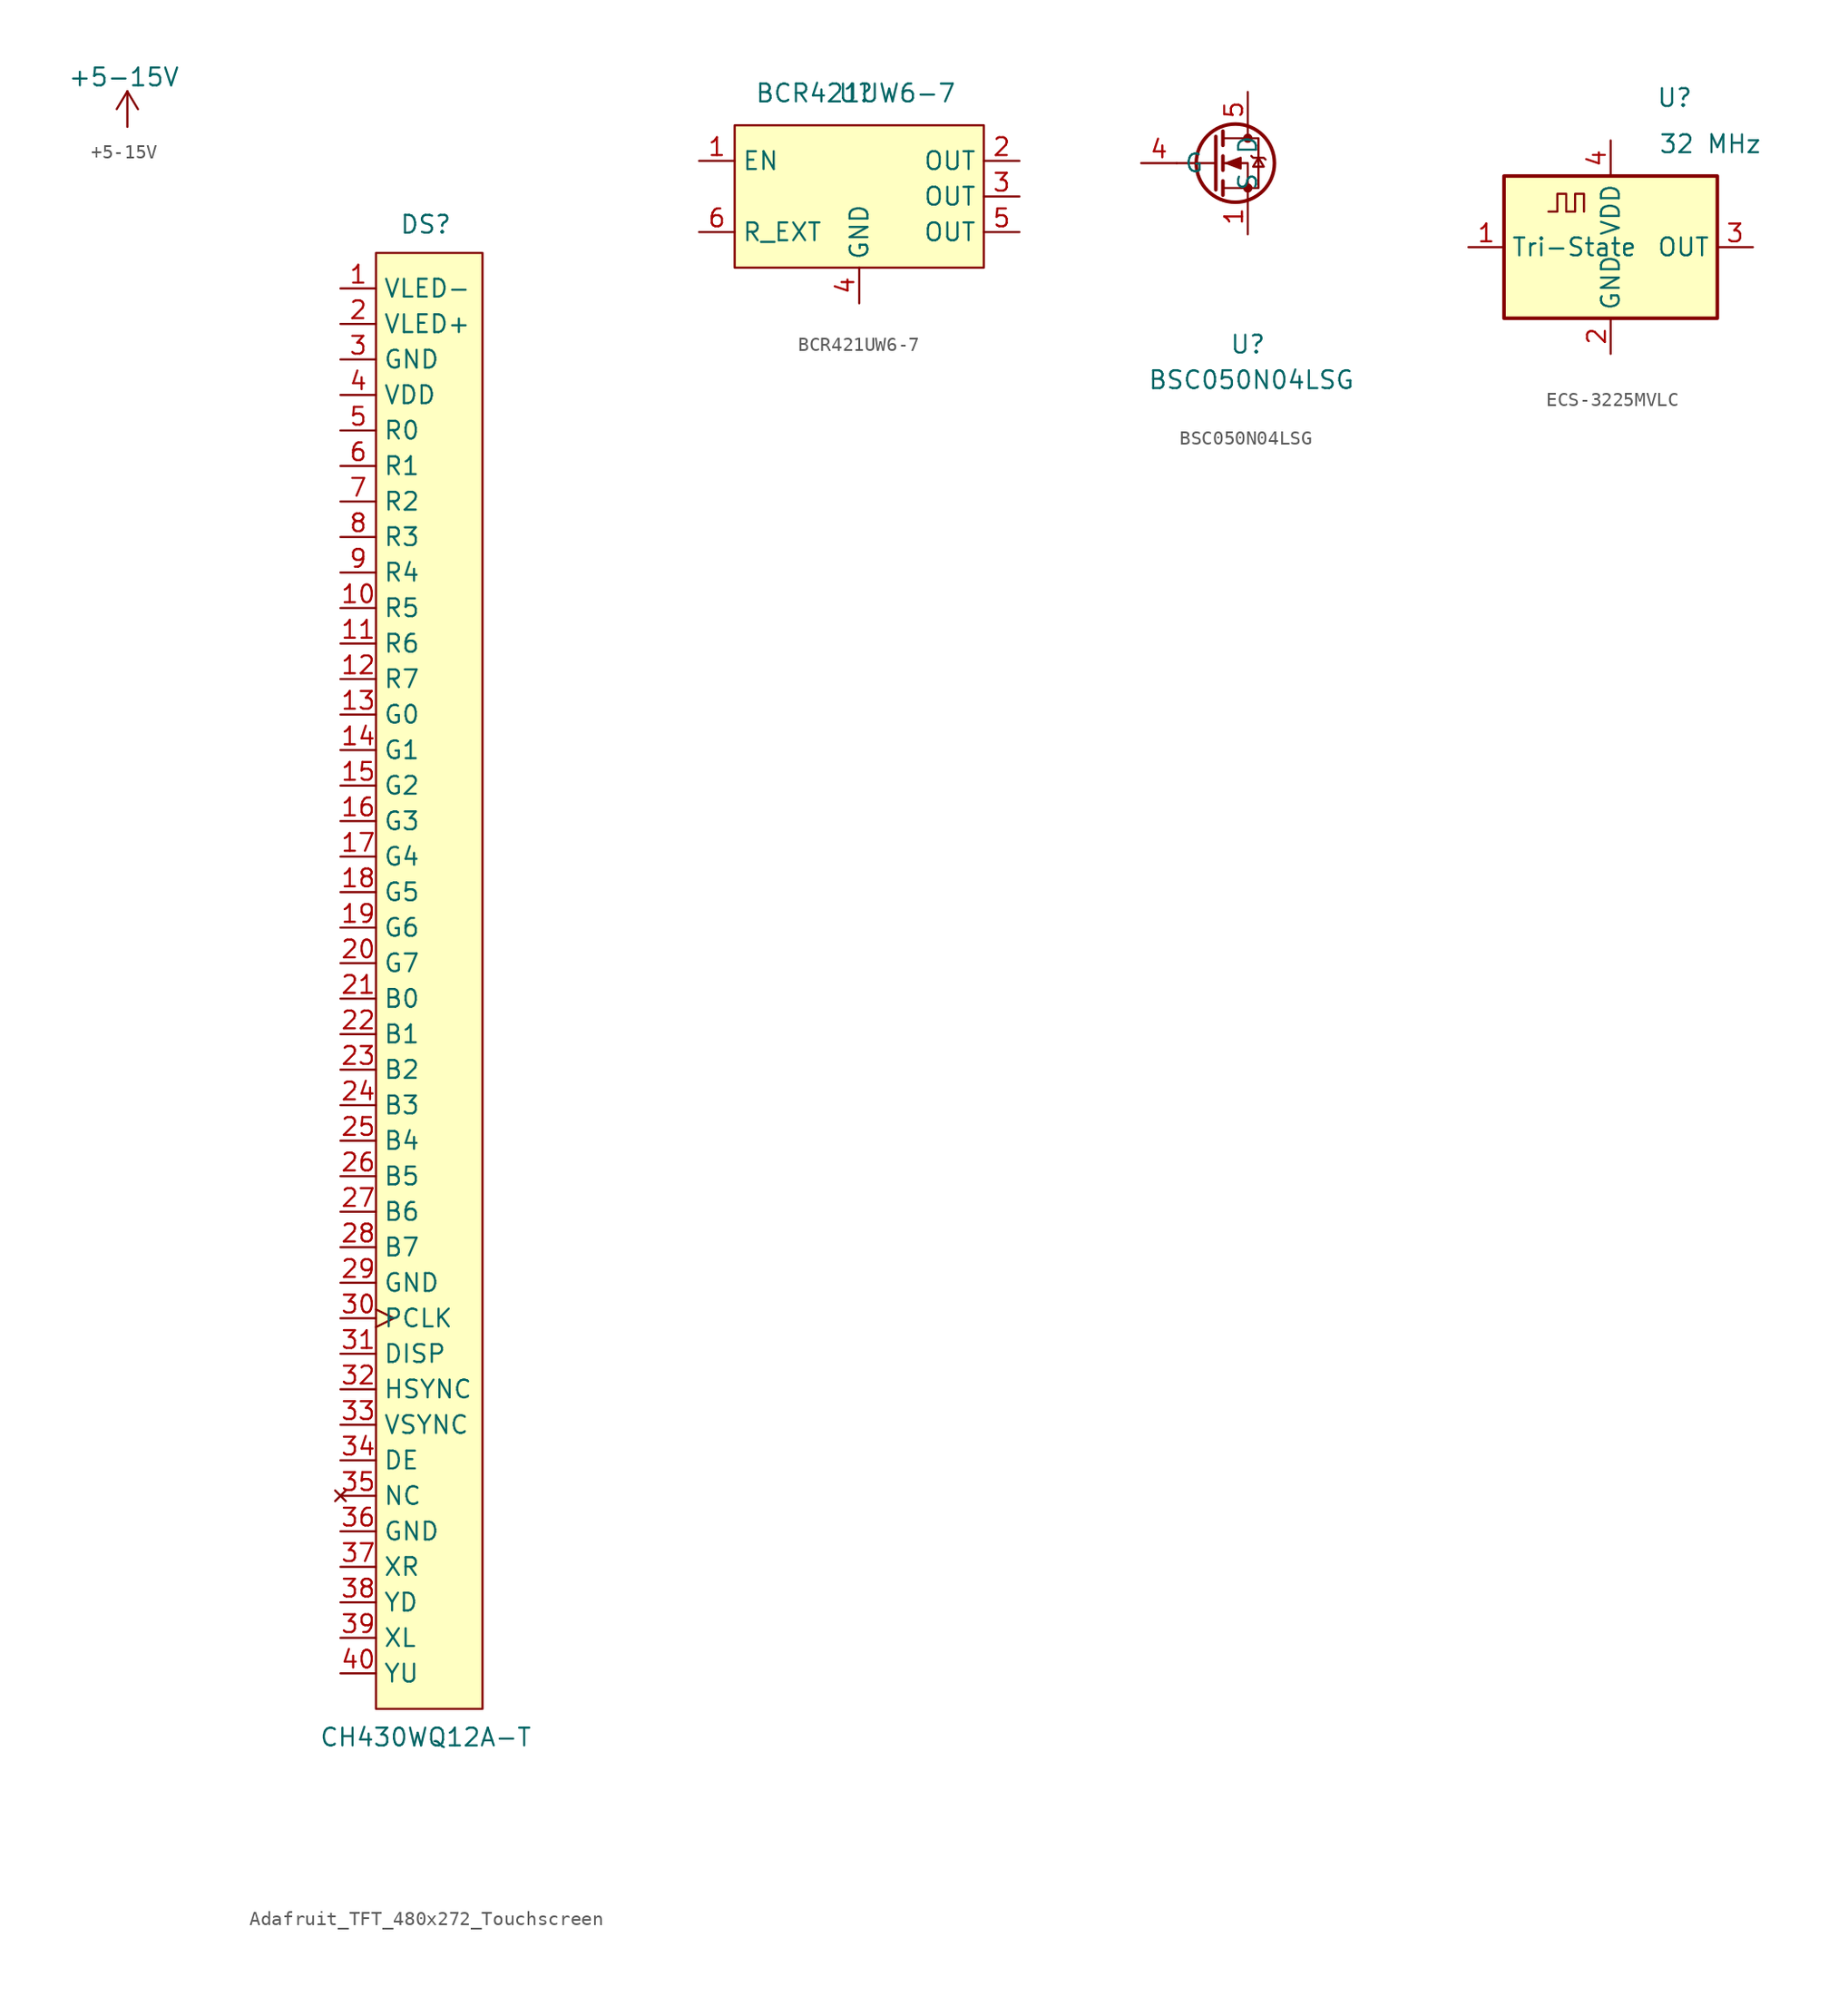
<source format=kicad_sym>
(kicad_symbol_lib
  (version 20241209)
  (generator "kicad_symbol_editor")
  (generator_version "9.0")
  (symbol "+5-15V"
    (power)
    (property "Reference" "#PWR"
      (at -4.064 1.016 0)
      (effects (font (size 1.27 1.27)) (hide yes)))
    (property "Value" "+5-15V"
      (at -0.254 3.556 0)
      (effects (font (size 1.27 1.27))))
    (symbol "+5-15V_0_1"
      (polyline (pts (xy -0.76 1.273) (xy 0.002 2.543)) (stroke (width 0) (type default)) (fill (type none)))
      (polyline (pts (xy -0.003 2.537) (xy 0.759 1.267)) (stroke (width 0) (type default)) (fill (type none))))
    (symbol "+5-15V_1_1"
      (pin power_in line (at 0 0 90) (length 2.54) (name "~" (effects (font (size 1.27 1.27)))) (number "" (effects (font (size 1.27 1.27)))))))
  (symbol "Adafruit_TFT_480x272_Touchscreen"
    (property "Reference" "DS"
      (at 3.556 55.372 0)
      (effects (font (size 1.27 1.27))))
    (property "Value" "CH430WQ12A-T"
      (at 3.556 -52.832 0)
      (effects (font (size 1.27 1.27))))
    (symbol "Adafruit_TFT_480x272_Touchscreen_1_1"
      (rectangle (start 0 53.34) (end 7.62 -50.8) (stroke (width 0) (type solid)) (fill (type background)))
      (pin passive line (at -2.54 50.8 0) (length 2.54) (name "VLED-" (effects (font (size 1.27 1.27)))) (number "1" (effects (font (size 1.27 1.27)))))
      (pin passive line (at -2.54 48.26 0) (length 2.54) (name "VLED+" (effects (font (size 1.27 1.27)))) (number "2" (effects (font (size 1.27 1.27)))))
      (pin power_in line (at -2.54 45.72 0) (length 2.54) (name "GND" (effects (font (size 1.27 1.27)))) (number "3" (effects (font (size 1.27 1.27)))))
      (pin power_in line (at -2.54 43.18 0) (length 2.54) (name "VDD" (effects (font (size 1.27 1.27)))) (number "4" (effects (font (size 1.27 1.27)))))
      (pin input line (at -2.54 40.64 0) (length 2.54) (name "R0" (effects (font (size 1.27 1.27)))) (number "5" (effects (font (size 1.27 1.27)))))
      (pin input line (at -2.54 38.1 0) (length 2.54) (name "R1" (effects (font (size 1.27 1.27)))) (number "6" (effects (font (size 1.27 1.27)))))
      (pin input line (at -2.54 35.56 0) (length 2.54) (name "R2" (effects (font (size 1.27 1.27)))) (number "7" (effects (font (size 1.27 1.27)))))
      (pin input line (at -2.54 33.02 0) (length 2.54) (name "R3" (effects (font (size 1.27 1.27)))) (number "8" (effects (font (size 1.27 1.27)))))
      (pin input line (at -2.54 30.48 0) (length 2.54) (name "R4" (effects (font (size 1.27 1.27)))) (number "9" (effects (font (size 1.27 1.27)))))
      (pin input line (at -2.54 27.94 0) (length 2.54) (name "R5" (effects (font (size 1.27 1.27)))) (number "10" (effects (font (size 1.27 1.27)))))
      (pin input line (at -2.54 25.4 0) (length 2.54) (name "R6" (effects (font (size 1.27 1.27)))) (number "11" (effects (font (size 1.27 1.27)))))
      (pin input line (at -2.54 22.86 0) (length 2.54) (name "R7" (effects (font (size 1.27 1.27)))) (number "12" (effects (font (size 1.27 1.27)))))
      (pin input line (at -2.54 20.32 0) (length 2.54) (name "G0" (effects (font (size 1.27 1.27)))) (number "13" (effects (font (size 1.27 1.27)))))
      (pin input line (at -2.54 17.78 0) (length 2.54) (name "G1" (effects (font (size 1.27 1.27)))) (number "14" (effects (font (size 1.27 1.27)))))
      (pin input line (at -2.54 15.24 0) (length 2.54) (name "G2" (effects (font (size 1.27 1.27)))) (number "15" (effects (font (size 1.27 1.27)))))
      (pin input line (at -2.54 12.7 0) (length 2.54) (name "G3" (effects (font (size 1.27 1.27)))) (number "16" (effects (font (size 1.27 1.27)))))
      (pin input line (at -2.54 10.16 0) (length 2.54) (name "G4" (effects (font (size 1.27 1.27)))) (number "17" (effects (font (size 1.27 1.27)))))
      (pin input line (at -2.54 7.62 0) (length 2.54) (name "G5" (effects (font (size 1.27 1.27)))) (number "18" (effects (font (size 1.27 1.27)))))
      (pin input line (at -2.54 5.08 0) (length 2.54) (name "G6" (effects (font (size 1.27 1.27)))) (number "19" (effects (font (size 1.27 1.27)))))
      (pin input line (at -2.54 2.54 0) (length 2.54) (name "G7" (effects (font (size 1.27 1.27)))) (number "20" (effects (font (size 1.27 1.27)))))
      (pin input line (at -2.54 0 0) (length 2.54) (name "B0" (effects (font (size 1.27 1.27)))) (number "21" (effects (font (size 1.27 1.27)))))
      (pin input line (at -2.54 -2.54 0) (length 2.54) (name "B1" (effects (font (size 1.27 1.27)))) (number "22" (effects (font (size 1.27 1.27)))))
      (pin input line (at -2.54 -5.08 0) (length 2.54) (name "B2" (effects (font (size 1.27 1.27)))) (number "23" (effects (font (size 1.27 1.27)))))
      (pin input line (at -2.54 -7.62 0) (length 2.54) (name "B3" (effects (font (size 1.27 1.27)))) (number "24" (effects (font (size 1.27 1.27)))))
      (pin input line (at -2.54 -10.16 0) (length 2.54) (name "B4" (effects (font (size 1.27 1.27)))) (number "25" (effects (font (size 1.27 1.27)))))
      (pin input line (at -2.54 -12.7 0) (length 2.54) (name "B5" (effects (font (size 1.27 1.27)))) (number "26" (effects (font (size 1.27 1.27)))))
      (pin input line (at -2.54 -15.24 0) (length 2.54) (name "B6" (effects (font (size 1.27 1.27)))) (number "27" (effects (font (size 1.27 1.27)))))
      (pin input line (at -2.54 -17.78 0) (length 2.54) (name "B7" (effects (font (size 1.27 1.27)))) (number "28" (effects (font (size 1.27 1.27)))))
      (pin power_in line (at -2.54 -20.32 0) (length 2.54) (name "GND" (effects (font (size 1.27 1.27)))) (number "29" (effects (font (size 1.27 1.27)))))
      (pin input clock (at -2.54 -22.86 0) (length 2.54) (name "PCLK" (effects (font (size 1.27 1.27)))) (number "30" (effects (font (size 1.27 1.27)))))
      (pin input line (at -2.54 -25.4 0) (length 2.54) (name "DISP" (effects (font (size 1.27 1.27)))) (number "31" (effects (font (size 1.27 1.27)))))
      (pin input line (at -2.54 -27.94 0) (length 2.54) (name "HSYNC" (effects (font (size 1.27 1.27)))) (number "32" (effects (font (size 1.27 1.27)))))
      (pin input line (at -2.54 -30.48 0) (length 2.54) (name "VSYNC" (effects (font (size 1.27 1.27)))) (number "33" (effects (font (size 1.27 1.27)))))
      (pin input line (at -2.54 -33.02 0) (length 2.54) (name "DE" (effects (font (size 1.27 1.27)))) (number "34" (effects (font (size 1.27 1.27)))))
      (pin no_connect line (at -2.54 -35.56 0) (length 2.54) (name "NC" (effects (font (size 1.27 1.27)))) (number "35" (effects (font (size 1.27 1.27)))))
      (pin power_in line (at -2.54 -38.1 0) (length 2.54) (name "GND" (effects (font (size 1.27 1.27)))) (number "36" (effects (font (size 1.27 1.27)))))
      (pin input line (at -2.54 -40.64 0) (length 2.54) (name "XR" (effects (font (size 1.27 1.27)))) (number "37" (effects (font (size 1.27 1.27)))))
      (pin input line (at -2.54 -43.18 0) (length 2.54) (name "YD" (effects (font (size 1.27 1.27)))) (number "38" (effects (font (size 1.27 1.27)))))
      (pin input line (at -2.54 -45.72 0) (length 2.54) (name "XL" (effects (font (size 1.27 1.27)))) (number "39" (effects (font (size 1.27 1.27)))))
      (pin input line (at -2.54 -48.26 0) (length 2.54) (name "YU" (effects (font (size 1.27 1.27)))) (number "40" (effects (font (size 1.27 1.27)))))))
  (symbol "BCR421UW6-7"
    (property "Reference" "U"
      (at -0.254 4.826 0)
      (effects (font (size 1.27 1.27))))
    (property "Value" "BCR421UW6-7"
      (at -0.254 4.826 0)
      (effects (font (size 1.27 1.27))))
    (symbol "BCR421UW6-7_1_1"
      (rectangle (start -8.89 2.54) (end 8.89 -7.62) (stroke (width 0) (type solid)) (fill (type background)))
      (pin input line (at -11.43 0 0) (length 2.54) (name "EN" (effects (font (size 1.27 1.27)))) (number "1" (effects (font (size 1.27 1.27)))))
      (pin passive line (at -11.43 -5.08 0) (length 2.54) (name "R_EXT" (effects (font (size 1.27 1.27)))) (number "6" (effects (font (size 1.27 1.27)))))
      (pin power_in line (at 0 -10.16 90) (length 2.54) (name "GND" (effects (font (size 1.27 1.27)))) (number "4" (effects (font (size 1.27 1.27)))))
      (pin output line (at 11.43 0 180) (length 2.54) (name "OUT" (effects (font (size 1.27 1.27)))) (number "2" (effects (font (size 1.27 1.27)))))
      (pin output line (at 11.43 -2.54 180) (length 2.54) (name "OUT" (effects (font (size 1.27 1.27)))) (number "3" (effects (font (size 1.27 1.27)))))
      (pin output line (at 11.43 -5.08 180) (length 2.54) (name "OUT" (effects (font (size 1.27 1.27)))) (number "5" (effects (font (size 1.27 1.27)))))))
  (symbol "BSC050N04LSG"
    (property "Reference" "U"
      (at 0 -12.954 0)
      (effects (font (size 1.27 1.27))))
    (property "Value" "BSC050N04LSG"
      (at 0.254 -15.494 0)
      (effects (font (size 1.27 1.27))))
    (symbol "BSC050N04LSG_0_1"
      (polyline (pts (xy -2.286 1.905) (xy -2.286 -1.905)) (stroke (width 0.254) (type default)) (fill (type none)))
      (polyline (pts (xy -2.286 0) (xy -5.08 0)) (stroke (width 0) (type default)) (fill (type none)))
      (polyline (pts (xy -1.778 2.286) (xy -1.778 1.27)) (stroke (width 0.254) (type default)) (fill (type none)))
      (polyline (pts (xy -1.778 0.508) (xy -1.778 -0.508)) (stroke (width 0.254) (type default)) (fill (type none)))
      (polyline (pts (xy -1.778 -1.27) (xy -1.778 -2.286)) (stroke (width 0.254) (type default)) (fill (type none)))
      (polyline (pts (xy -1.778 -1.778) (xy 0.762 -1.778) (xy 0.762 1.778) (xy -1.778 1.778)) (stroke (width 0) (type default)) (fill (type none)))
      (polyline (pts (xy -1.524 0) (xy -0.508 0.381) (xy -0.508 -0.381) (xy -1.524 0)) (stroke (width 0) (type default)) (fill (type outline)))
      (circle (center -0.889 0) (radius 2.794) (stroke (width 0.254) (type default)) (fill (type none)))
      (polyline (pts (xy 0 2.54) (xy 0 1.778)) (stroke (width 0) (type default)) (fill (type none)))
      (circle (center 0 1.778) (radius 0.254) (stroke (width 0) (type default)) (fill (type outline)))
      (circle (center 0 -1.778) (radius 0.254) (stroke (width 0) (type default)) (fill (type outline)))
      (polyline (pts (xy 0 -2.54) (xy 0 0) (xy -1.778 0)) (stroke (width 0) (type default)) (fill (type none)))
      (polyline (pts (xy 0.254 0.508) (xy 0.381 0.381) (xy 1.143 0.381) (xy 1.27 0.254)) (stroke (width 0) (type default)) (fill (type none)))
      (polyline (pts (xy 0.762 0.381) (xy 0.381 -0.254) (xy 1.143 -0.254) (xy 0.762 0.381)) (stroke (width 0) (type default)) (fill (type none))))
    (symbol "BSC050N04LSG_1_1"
      (pin passive line (at -7.62 0 0) (length 2.54) (name "G" (effects (font (size 1.27 1.27)))) (number "4" (effects (font (size 1.27 1.27)))))
      (pin passive line (at 0 5.08 270) (length 2.54) (name "D" (effects (font (size 1.27 1.27)))) (number "5" (effects (font (size 1.27 1.27)))))
      (pin passive line (at 0 -5.08 90) (length 2.54) (name "S" (effects (font (size 1.27 1.27)))) (number "1" (effects (font (size 1.27 1.27)))))
      (pin passive line (at 0 -5.08 90) (length 2.54) (hide yes) (name "S" (effects (font (size 1.27 1.27)))) (number "2" (effects (font (size 1.27 1.27)))))
      (pin passive line (at 0 -5.08 90) (length 2.54) (hide yes) (name "S" (effects (font (size 1.27 1.27)))) (number "3" (effects (font (size 1.27 1.27)))))))
  (symbol "ECS-3225MVLC"
    (property "Reference" "U"
      (at 4.572 10.668 0)
      (effects (font (size 1.27 1.27))))
    (property "Value" "32 MHz"
      (at 7.112 7.366 0)
      (effects (font (size 1.27 1.27))))
    (symbol "ECS-3225MVLC_0_1"
      (rectangle (start -7.62 5.08) (end 7.62 -5.08) (stroke (width 0.254) (type default)) (fill (type background)))
      (polyline (pts (xy -4.445 2.54) (xy -3.81 2.54) (xy -3.81 3.81) (xy -3.175 3.81) (xy -3.175 2.54) (xy -2.54 2.54) (xy -2.54 3.81) (xy -1.905 3.81) (xy -1.905 2.54)) (stroke (width 0) (type default)) (fill (type none))))
    (symbol "ECS-3225MVLC_1_1"
      (pin input line (at -10.16 0 0) (length 2.54) (name "Tri-State" (effects (font (size 1.27 1.27)))) (number "1" (effects (font (size 1.27 1.27)))))
      (pin power_in line (at 0 7.62 270) (length 2.54) (name "VDD" (effects (font (size 1.27 1.27)))) (number "4" (effects (font (size 1.27 1.27)))))
      (pin power_in line (at 0 -7.62 90) (length 2.54) (name "GND" (effects (font (size 1.27 1.27)))) (number "2" (effects (font (size 1.27 1.27)))))
      (pin output line (at 10.16 0 180) (length 2.54) (name "OUT" (effects (font (size 1.27 1.27)))) (number "3" (effects (font (size 1.27 1.27))))))))
</source>
